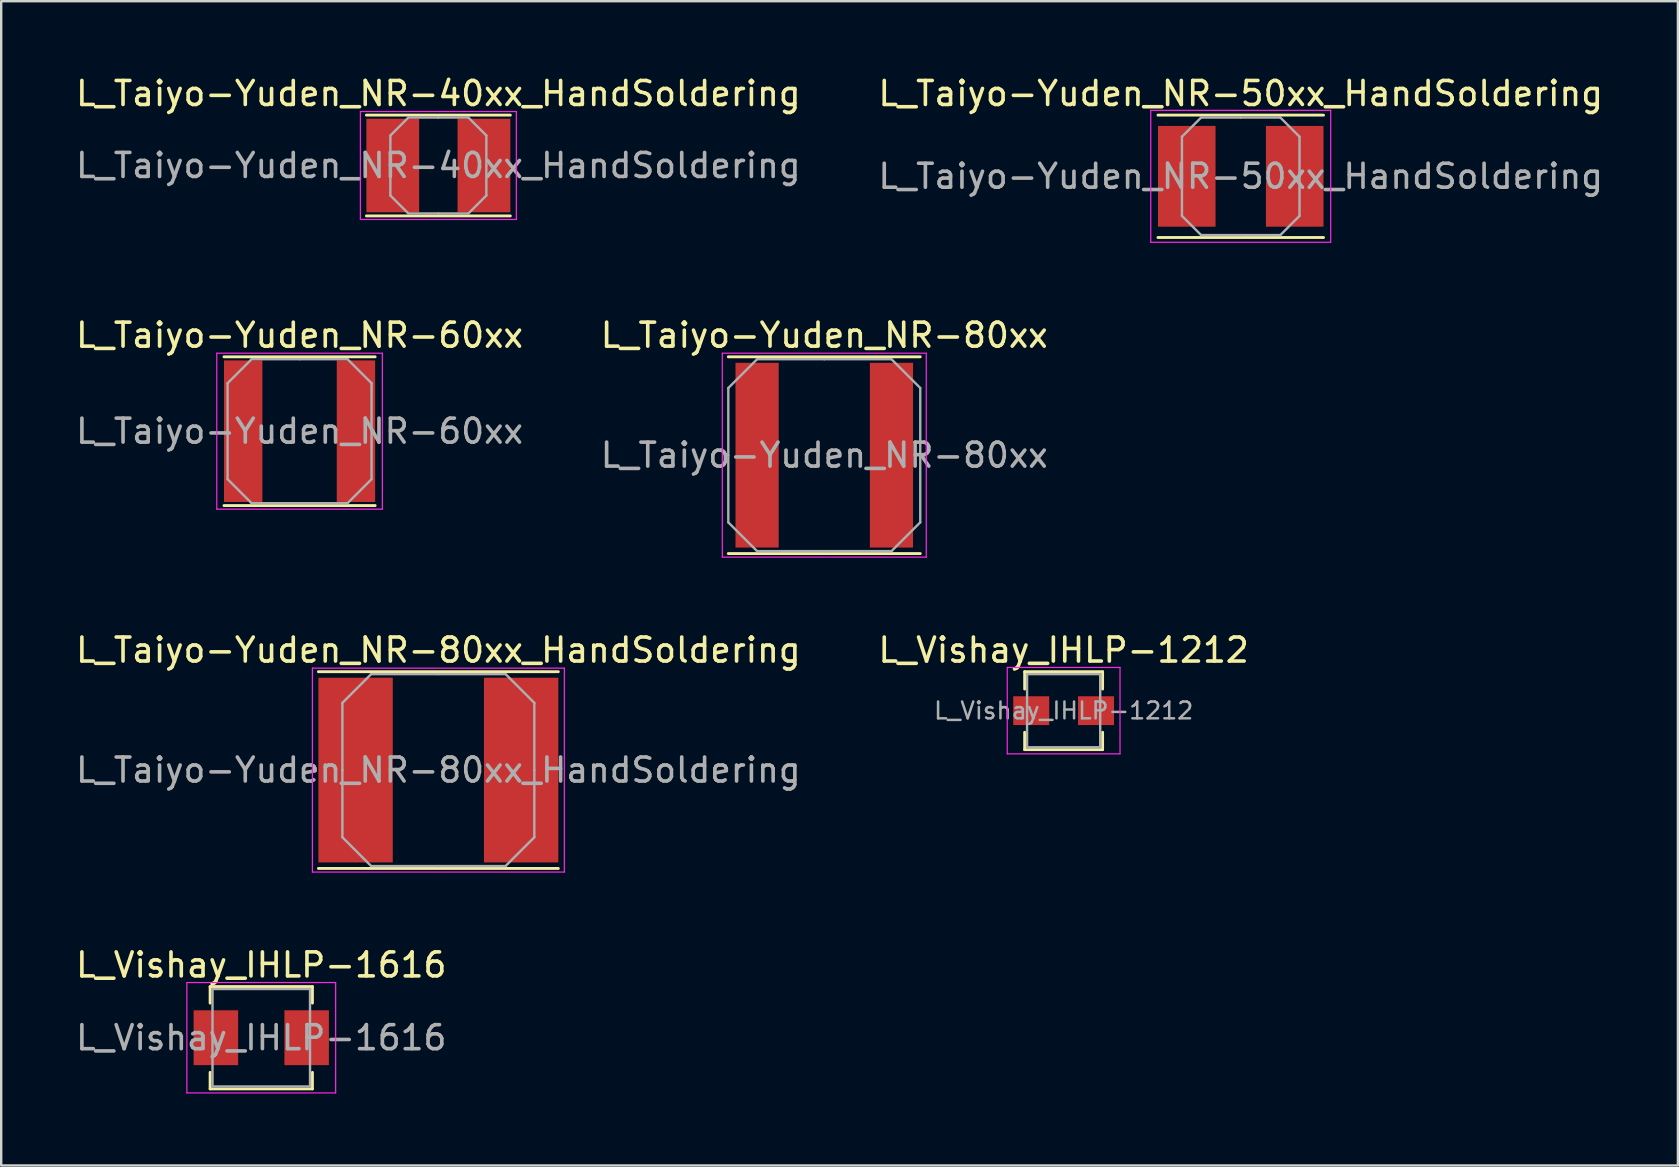
<source format=kicad_pcb>
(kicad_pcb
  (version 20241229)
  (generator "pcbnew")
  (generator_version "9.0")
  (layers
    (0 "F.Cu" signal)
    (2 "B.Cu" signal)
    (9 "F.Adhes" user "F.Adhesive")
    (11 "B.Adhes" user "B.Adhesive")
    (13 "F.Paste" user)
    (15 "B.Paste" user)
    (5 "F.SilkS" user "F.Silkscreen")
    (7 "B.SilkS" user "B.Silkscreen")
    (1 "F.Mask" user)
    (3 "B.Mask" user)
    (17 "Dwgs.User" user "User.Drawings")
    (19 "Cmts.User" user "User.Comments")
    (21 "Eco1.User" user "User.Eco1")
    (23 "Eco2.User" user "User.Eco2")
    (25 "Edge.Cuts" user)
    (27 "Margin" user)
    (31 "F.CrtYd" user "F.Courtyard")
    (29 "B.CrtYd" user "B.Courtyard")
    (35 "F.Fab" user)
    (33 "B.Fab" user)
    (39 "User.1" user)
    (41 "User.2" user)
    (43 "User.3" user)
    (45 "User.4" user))
  (footprint "L_Taiyo-Yuden_NR-80xx_HandSoldering"
    (layer "F.Cu")
    (at 15.22 29.045)
    (property "Reference" "L_Taiyo-Yuden_NR-80xx_HandSoldering" (at 0 -5 0) (layer "F.SilkS") (effects (font (size 1 1) (thickness 0.15))))
    (attr smd)
    (fp_line (start -5 -4.1) (end 5 -4.1) (stroke (width 0.12) (type solid)) (layer "F.SilkS"))
    (fp_line (start -5 4.1) (end 5 4.1) (stroke (width 0.12) (type solid)) (layer "F.SilkS"))
    (fp_line (start -5.25 -4.25) (end -5.25 4.25) (stroke (width 0.05) (type solid)) (layer "F.CrtYd"))
    (fp_line (start -5.25 4.25) (end 5.25 4.25) (stroke (width 0.05) (type solid)) (layer "F.CrtYd"))
    (fp_line (start 5.25 -4.25) (end -5.25 -4.25) (stroke (width 0.05) (type solid)) (layer "F.CrtYd"))
    (fp_line (start 5.25 4.25) (end 5.25 -4.25) (stroke (width 0.05) (type solid)) (layer "F.CrtYd"))
    (fp_line (start -4 -2.8) (end -2.8 -4) (stroke (width 0.1) (type solid)) (layer "F.Fab"))
    (fp_line (start -4 0) (end -4 -2.8) (stroke (width 0.1) (type solid)) (layer "F.Fab"))
    (fp_line (start -4 0) (end -4 2.8) (stroke (width 0.1) (type solid)) (layer "F.Fab"))
    (fp_line (start -4 2.8) (end -2.8 4) (stroke (width 0.1) (type solid)) (layer "F.Fab"))
    (fp_line (start -2.8 -4) (end 0 -4) (stroke (width 0.1) (type solid)) (layer "F.Fab"))
    (fp_line (start -2.8 4) (end 0 4) (stroke (width 0.1) (type solid)) (layer "F.Fab"))
    (fp_line (start 2.8 -4) (end 0 -4) (stroke (width 0.1) (type solid)) (layer "F.Fab"))
    (fp_line (start 2.8 4) (end 0 4) (stroke (width 0.1) (type solid)) (layer "F.Fab"))
    (fp_line (start 4 -2.8) (end 2.8 -4) (stroke (width 0.1) (type solid)) (layer "F.Fab"))
    (fp_line (start 4 0) (end 4 -2.8) (stroke (width 0.1) (type solid)) (layer "F.Fab"))
    (fp_line (start 4 0) (end 4 2.8) (stroke (width 0.1) (type solid)) (layer "F.Fab"))
    (fp_line (start 4 2.8) (end 2.8 4) (stroke (width 0.1) (type solid)) (layer "F.Fab"))
    (fp_text user "${REFERENCE}" (at 0 0 0) (layer "F.Fab") (effects (font (size 1 1) (thickness 0.15))))
    (pad "1" smd rect (at -3.45 0) (size 3.1 7.7) (layers "F.Cu" "F.Mask" "F.Paste"))
    (pad "2" smd rect (at 3.45 0) (size 3.1 7.7) (layers "F.Cu" "F.Mask" "F.Paste")))
  (footprint "L_Vishay_IHLP-1616"
    (layer "F.Cu")
    (at 7.839 40.2)
    (property "Reference" "L_Vishay_IHLP-1616" (at 0 -3.032 0) (layer "F.SilkS") (effects (font (size 1 1) (thickness 0.15))))
    (attr smd)
    (fp_line (start -2.132 -2.132) (end 2.132 -2.132) (stroke (width 0.12) (type solid)) (layer "F.SilkS"))
    (fp_line (start -2.132 -1.443) (end -2.132 -2.132) (stroke (width 0.12) (type solid)) (layer "F.SilkS"))
    (fp_line (start -2.132 1.443) (end -2.132 2.132) (stroke (width 0.12) (type solid)) (layer "F.SilkS"))
    (fp_line (start -2.132 2.132) (end 2.132 2.132) (stroke (width 0.12) (type solid)) (layer "F.SilkS"))
    (fp_line (start 2.132 -2.132) (end 2.132 -1.443) (stroke (width 0.12) (type solid)) (layer "F.SilkS"))
    (fp_line (start 2.132 2.132) (end 2.132 1.443) (stroke (width 0.12) (type solid)) (layer "F.SilkS"))
    (fp_line (start -3.1 -2.3) (end -3.1 2.3) (stroke (width 0.05) (type solid)) (layer "F.CrtYd"))
    (fp_line (start -3.1 2.3) (end 3.1 2.3) (stroke (width 0.05) (type solid)) (layer "F.CrtYd"))
    (fp_line (start 3.1 -2.3) (end -3.1 -2.3) (stroke (width 0.05) (type solid)) (layer "F.CrtYd"))
    (fp_line (start 3.1 2.3) (end 3.1 -2.3) (stroke (width 0.05) (type solid)) (layer "F.CrtYd"))
    (fp_line (start -2.032 -2.032) (end -2.032 2.032) (stroke (width 0.1) (type solid)) (layer "F.Fab"))
    (fp_line (start -2.032 2.032) (end 2.032 2.032) (stroke (width 0.1) (type solid)) (layer "F.Fab"))
    (fp_line (start 2.032 -2.032) (end -2.032 -2.032) (stroke (width 0.1) (type solid)) (layer "F.Fab"))
    (fp_line (start 2.032 2.032) (end 2.032 -2.032) (stroke (width 0.1) (type solid)) (layer "F.Fab"))
    (fp_text user "${REFERENCE}" (at 0 0 0) (layer "F.Fab") (effects (font (size 1 1) (thickness 0.15))))
    (pad "1" smd rect (at -1.892 0) (size 1.855 2.286) (layers "F.Cu" "F.Mask" "F.Paste"))
    (pad "2" smd rect (at 1.892 0) (size 1.855 2.286) (layers "F.Cu" "F.Mask" "F.Paste")))
  (footprint "L_Taiyo-Yuden_NR-50xx_HandSoldering"
    (layer "F.Cu")
    (at 48.661 4.298)
    (property "Reference" "L_Taiyo-Yuden_NR-50xx_HandSoldering" (at 0 -3.45 0) (layer "F.SilkS") (effects (font (size 1 1) (thickness 0.15))))
    (attr smd)
    (fp_line (start -3.45 -2.55) (end 3.45 -2.55) (stroke (width 0.12) (type solid)) (layer "F.SilkS"))
    (fp_line (start -3.45 2.55) (end 3.45 2.55) (stroke (width 0.12) (type solid)) (layer "F.SilkS"))
    (fp_line (start -3.75 -2.75) (end -3.75 2.75) (stroke (width 0.05) (type solid)) (layer "F.CrtYd"))
    (fp_line (start -3.75 2.75) (end 3.75 2.75) (stroke (width 0.05) (type solid)) (layer "F.CrtYd"))
    (fp_line (start 3.75 -2.75) (end -3.75 -2.75) (stroke (width 0.05) (type solid)) (layer "F.CrtYd"))
    (fp_line (start 3.75 2.75) (end 3.75 -2.75) (stroke (width 0.05) (type solid)) (layer "F.CrtYd"))
    (fp_line (start -2.45 -1.65) (end -1.65 -2.45) (stroke (width 0.1) (type solid)) (layer "F.Fab"))
    (fp_line (start -2.45 0) (end -2.45 -1.65) (stroke (width 0.1) (type solid)) (layer "F.Fab"))
    (fp_line (start -2.45 0) (end -2.45 1.65) (stroke (width 0.1) (type solid)) (layer "F.Fab"))
    (fp_line (start -2.45 1.65) (end -1.65 2.45) (stroke (width 0.1) (type solid)) (layer "F.Fab"))
    (fp_line (start -1.65 -2.45) (end 0 -2.45) (stroke (width 0.1) (type solid)) (layer "F.Fab"))
    (fp_line (start -1.65 2.45) (end 0 2.45) (stroke (width 0.1) (type solid)) (layer "F.Fab"))
    (fp_line (start 1.65 -2.45) (end 0 -2.45) (stroke (width 0.1) (type solid)) (layer "F.Fab"))
    (fp_line (start 1.65 2.45) (end 0 2.45) (stroke (width 0.1) (type solid)) (layer "F.Fab"))
    (fp_line (start 2.45 -1.65) (end 1.65 -2.45) (stroke (width 0.1) (type solid)) (layer "F.Fab"))
    (fp_line (start 2.45 0) (end 2.45 -1.65) (stroke (width 0.1) (type solid)) (layer "F.Fab"))
    (fp_line (start 2.45 0) (end 2.45 1.65) (stroke (width 0.1) (type solid)) (layer "F.Fab"))
    (fp_line (start 2.45 1.65) (end 1.65 2.45) (stroke (width 0.1) (type solid)) (layer "F.Fab"))
    (fp_text user "${REFERENCE}" (at 0 0 0) (layer "F.Fab") (effects (font (size 1 1) (thickness 0.15))))
    (pad "1" smd rect (at -2.25 0) (size 2.4 4.2) (layers "F.Cu" "F.Mask" "F.Paste"))
    (pad "2" smd rect (at 2.25 0) (size 2.4 4.2) (layers "F.Cu" "F.Mask" "F.Paste")))
  (footprint "L_Vishay_IHLP-1212"
    (layer "F.Cu")
    (at 41.28 26.569)
    (property "Reference" "L_Vishay_IHLP-1212" (at 0 -2.524 0) (layer "F.SilkS") (effects (font (size 1 1) (thickness 0.15))))
    (attr smd)
    (fp_line (start -1.624 -1.624) (end 1.624 -1.624) (stroke (width 0.12) (type solid)) (layer "F.SilkS"))
    (fp_line (start -1.624 -0.9) (end -1.624 -1.624) (stroke (width 0.12) (type solid)) (layer "F.SilkS"))
    (fp_line (start -1.624 0.9) (end -1.624 1.624) (stroke (width 0.12) (type solid)) (layer "F.SilkS"))
    (fp_line (start -1.624 1.624) (end 1.624 1.624) (stroke (width 0.12) (type solid)) (layer "F.SilkS"))
    (fp_line (start 1.624 -1.624) (end 1.624 -0.9) (stroke (width 0.12) (type solid)) (layer "F.SilkS"))
    (fp_line (start 1.624 1.624) (end 1.624 0.9) (stroke (width 0.12) (type solid)) (layer "F.SilkS"))
    (fp_line (start -2.35 -1.8) (end -2.35 1.8) (stroke (width 0.05) (type solid)) (layer "F.CrtYd"))
    (fp_line (start -2.35 1.8) (end 2.35 1.8) (stroke (width 0.05) (type solid)) (layer "F.CrtYd"))
    (fp_line (start 2.35 -1.8) (end -2.35 -1.8) (stroke (width 0.05) (type solid)) (layer "F.CrtYd"))
    (fp_line (start 2.35 1.8) (end 2.35 -1.8) (stroke (width 0.05) (type solid)) (layer "F.CrtYd"))
    (fp_line (start -1.524 -1.524) (end -1.524 1.524) (stroke (width 0.1) (type solid)) (layer "F.Fab"))
    (fp_line (start -1.524 1.524) (end 1.524 1.524) (stroke (width 0.1) (type solid)) (layer "F.Fab"))
    (fp_line (start 1.524 -1.524) (end -1.524 -1.524) (stroke (width 0.1) (type solid)) (layer "F.Fab"))
    (fp_line (start 1.524 1.524) (end 1.524 -1.524) (stroke (width 0.1) (type solid)) (layer "F.Fab"))
    (fp_text user "${REFERENCE}" (at 0 0 0) (layer "F.Fab") (effects (font (size 0.7 0.7) (thickness 0.105))))
    (pad "1" smd rect (at -1.35 0) (size 1.5 1.2) (layers "F.Cu" "F.Mask" "F.Paste"))
    (pad "2" smd rect (at 1.35 0) (size 1.5 1.2) (layers "F.Cu" "F.Mask" "F.Paste")))
  (footprint "L_Taiyo-Yuden_NR-40xx_HandSoldering"
    (layer "F.Cu")
    (at 15.22 3.848)
    (property "Reference" "L_Taiyo-Yuden_NR-40xx_HandSoldering" (at 0 -3 0) (layer "F.SilkS") (effects (font (size 1 1) (thickness 0.15))))
    (attr smd)
    (fp_line (start -3 -2.1) (end 3 -2.1) (stroke (width 0.12) (type solid)) (layer "F.SilkS"))
    (fp_line (start -3 2.1) (end 3 2.1) (stroke (width 0.12) (type solid)) (layer "F.SilkS"))
    (fp_line (start -3.25 -2.25) (end -3.25 2.25) (stroke (width 0.05) (type solid)) (layer "F.CrtYd"))
    (fp_line (start -3.25 2.25) (end 3.25 2.25) (stroke (width 0.05) (type solid)) (layer "F.CrtYd"))
    (fp_line (start 3.25 -2.25) (end -3.25 -2.25) (stroke (width 0.05) (type solid)) (layer "F.CrtYd"))
    (fp_line (start 3.25 2.25) (end 3.25 -2.25) (stroke (width 0.05) (type solid)) (layer "F.CrtYd"))
    (fp_line (start -2 -1.25) (end -1.25 -2) (stroke (width 0.1) (type solid)) (layer "F.Fab"))
    (fp_line (start -2 0) (end -2 -1.25) (stroke (width 0.1) (type solid)) (layer "F.Fab"))
    (fp_line (start -2 0) (end -2 1.25) (stroke (width 0.1) (type solid)) (layer "F.Fab"))
    (fp_line (start -2 1.25) (end -1.25 2) (stroke (width 0.1) (type solid)) (layer "F.Fab"))
    (fp_line (start -1.25 -2) (end 0 -2) (stroke (width 0.1) (type solid)) (layer "F.Fab"))
    (fp_line (start -1.25 2) (end 0 2) (stroke (width 0.1) (type solid)) (layer "F.Fab"))
    (fp_line (start 1.25 -2) (end 0 -2) (stroke (width 0.1) (type solid)) (layer "F.Fab"))
    (fp_line (start 1.25 2) (end 0 2) (stroke (width 0.1) (type solid)) (layer "F.Fab"))
    (fp_line (start 2 -1.25) (end 1.25 -2) (stroke (width 0.1) (type solid)) (layer "F.Fab"))
    (fp_line (start 2 0) (end 2 -1.25) (stroke (width 0.1) (type solid)) (layer "F.Fab"))
    (fp_line (start 2 0) (end 2 1.25) (stroke (width 0.1) (type solid)) (layer "F.Fab"))
    (fp_line (start 2 1.25) (end 1.25 2) (stroke (width 0.1) (type solid)) (layer "F.Fab"))
    (fp_text user "${REFERENCE}" (at 0 0 0) (layer "F.Fab") (effects (font (size 1 1) (thickness 0.15))))
    (pad "1" smd rect (at -1.9 0) (size 2.2 3.9) (layers "F.Cu" "F.Mask" "F.Paste"))
    (pad "2" smd rect (at 1.9 0) (size 2.2 3.9) (layers "F.Cu" "F.Mask" "F.Paste")))
  (footprint "L_Taiyo-Yuden_NR-80xx"
    (layer "F.Cu")
    (at 31.304 15.921)
    (property "Reference" "L_Taiyo-Yuden_NR-80xx" (at 0 -5 0) (layer "F.SilkS") (effects (font (size 1 1) (thickness 0.15))))
    (attr smd)
    (fp_line (start -4 -4.1) (end 4 -4.1) (stroke (width 0.12) (type solid)) (layer "F.SilkS"))
    (fp_line (start -4 4.1) (end 4 4.1) (stroke (width 0.12) (type solid)) (layer "F.SilkS"))
    (fp_line (start -4.25 -4.25) (end -4.25 4.25) (stroke (width 0.05) (type solid)) (layer "F.CrtYd"))
    (fp_line (start -4.25 4.25) (end 4.25 4.25) (stroke (width 0.05) (type solid)) (layer "F.CrtYd"))
    (fp_line (start 4.25 -4.25) (end -4.25 -4.25) (stroke (width 0.05) (type solid)) (layer "F.CrtYd"))
    (fp_line (start 4.25 4.25) (end 4.25 -4.25) (stroke (width 0.05) (type solid)) (layer "F.CrtYd"))
    (fp_line (start -4 -2.8) (end -2.8 -4) (stroke (width 0.1) (type solid)) (layer "F.Fab"))
    (fp_line (start -4 0) (end -4 -2.8) (stroke (width 0.1) (type solid)) (layer "F.Fab"))
    (fp_line (start -4 0) (end -4 2.8) (stroke (width 0.1) (type solid)) (layer "F.Fab"))
    (fp_line (start -4 2.8) (end -2.8 4) (stroke (width 0.1) (type solid)) (layer "F.Fab"))
    (fp_line (start -2.8 -4) (end 0 -4) (stroke (width 0.1) (type solid)) (layer "F.Fab"))
    (fp_line (start -2.8 4) (end 0 4) (stroke (width 0.1) (type solid)) (layer "F.Fab"))
    (fp_line (start 2.8 -4) (end 0 -4) (stroke (width 0.1) (type solid)) (layer "F.Fab"))
    (fp_line (start 2.8 4) (end 0 4) (stroke (width 0.1) (type solid)) (layer "F.Fab"))
    (fp_line (start 4 -2.8) (end 2.8 -4) (stroke (width 0.1) (type solid)) (layer "F.Fab"))
    (fp_line (start 4 0) (end 4 -2.8) (stroke (width 0.1) (type solid)) (layer "F.Fab"))
    (fp_line (start 4 0) (end 4 2.8) (stroke (width 0.1) (type solid)) (layer "F.Fab"))
    (fp_line (start 4 2.8) (end 2.8 4) (stroke (width 0.1) (type solid)) (layer "F.Fab"))
    (fp_text user "${REFERENCE}" (at 0 0 0) (layer "F.Fab") (effects (font (size 1 1) (thickness 0.15))))
    (pad "1" smd rect (at -2.8 0) (size 1.8 7.7) (layers "F.Cu" "F.Mask" "F.Paste"))
    (pad "2" smd rect (at 2.8 0) (size 1.8 7.7) (layers "F.Cu" "F.Mask" "F.Paste")))
  (footprint "L_Taiyo-Yuden_NR-60xx"
    (layer "F.Cu")
    (at 9.435 14.921)
    (property "Reference" "L_Taiyo-Yuden_NR-60xx" (at 0 -4 0) (layer "F.SilkS") (effects (font (size 1 1) (thickness 0.15))))
    (attr smd)
    (fp_line (start -3.15 -3.1) (end 3.15 -3.1) (stroke (width 0.12) (type solid)) (layer "F.SilkS"))
    (fp_line (start -3.15 3.1) (end 3.15 3.1) (stroke (width 0.12) (type solid)) (layer "F.SilkS"))
    (fp_line (start -3.45 -3.25) (end -3.45 3.25) (stroke (width 0.05) (type solid)) (layer "F.CrtYd"))
    (fp_line (start -3.45 3.25) (end 3.45 3.25) (stroke (width 0.05) (type solid)) (layer "F.CrtYd"))
    (fp_line (start 3.45 -3.25) (end -3.45 -3.25) (stroke (width 0.05) (type solid)) (layer "F.CrtYd"))
    (fp_line (start 3.45 3.25) (end 3.45 -3.25) (stroke (width 0.05) (type solid)) (layer "F.CrtYd"))
    (fp_line (start -3 -2) (end -2 -3) (stroke (width 0.1) (type solid)) (layer "F.Fab"))
    (fp_line (start -3 0) (end -3 -2) (stroke (width 0.1) (type solid)) (layer "F.Fab"))
    (fp_line (start -3 0) (end -3 2) (stroke (width 0.1) (type solid)) (layer "F.Fab"))
    (fp_line (start -3 2) (end -2 3) (stroke (width 0.1) (type solid)) (layer "F.Fab"))
    (fp_line (start -2 -3) (end 0 -3) (stroke (width 0.1) (type solid)) (layer "F.Fab"))
    (fp_line (start -2 3) (end 0 3) (stroke (width 0.1) (type solid)) (layer "F.Fab"))
    (fp_line (start 2 -3) (end 0 -3) (stroke (width 0.1) (type solid)) (layer "F.Fab"))
    (fp_line (start 2 3) (end 0 3) (stroke (width 0.1) (type solid)) (layer "F.Fab"))
    (fp_line (start 3 -2) (end 2 -3) (stroke (width 0.1) (type solid)) (layer "F.Fab"))
    (fp_line (start 3 0) (end 3 -2) (stroke (width 0.1) (type solid)) (layer "F.Fab"))
    (fp_line (start 3 0) (end 3 2) (stroke (width 0.1) (type solid)) (layer "F.Fab"))
    (fp_line (start 3 2) (end 2 3) (stroke (width 0.1) (type solid)) (layer "F.Fab"))
    (fp_text user "${REFERENCE}" (at 0 0 0) (layer "F.Fab") (effects (font (size 1 1) (thickness 0.15))))
    (pad "1" smd rect (at -2.35 0) (size 1.6 5.9) (layers "F.Cu" "F.Mask" "F.Paste"))
    (pad "2" smd rect (at 2.35 0) (size 1.6 5.9) (layers "F.Cu" "F.Mask" "F.Paste")))
  (gr_rect
    (start -3 -3)
    (end 66.881 45.525)
    (stroke (width 0.1) (type default))
    (fill no)
    (layer "Edge.Cuts")))
</source>
